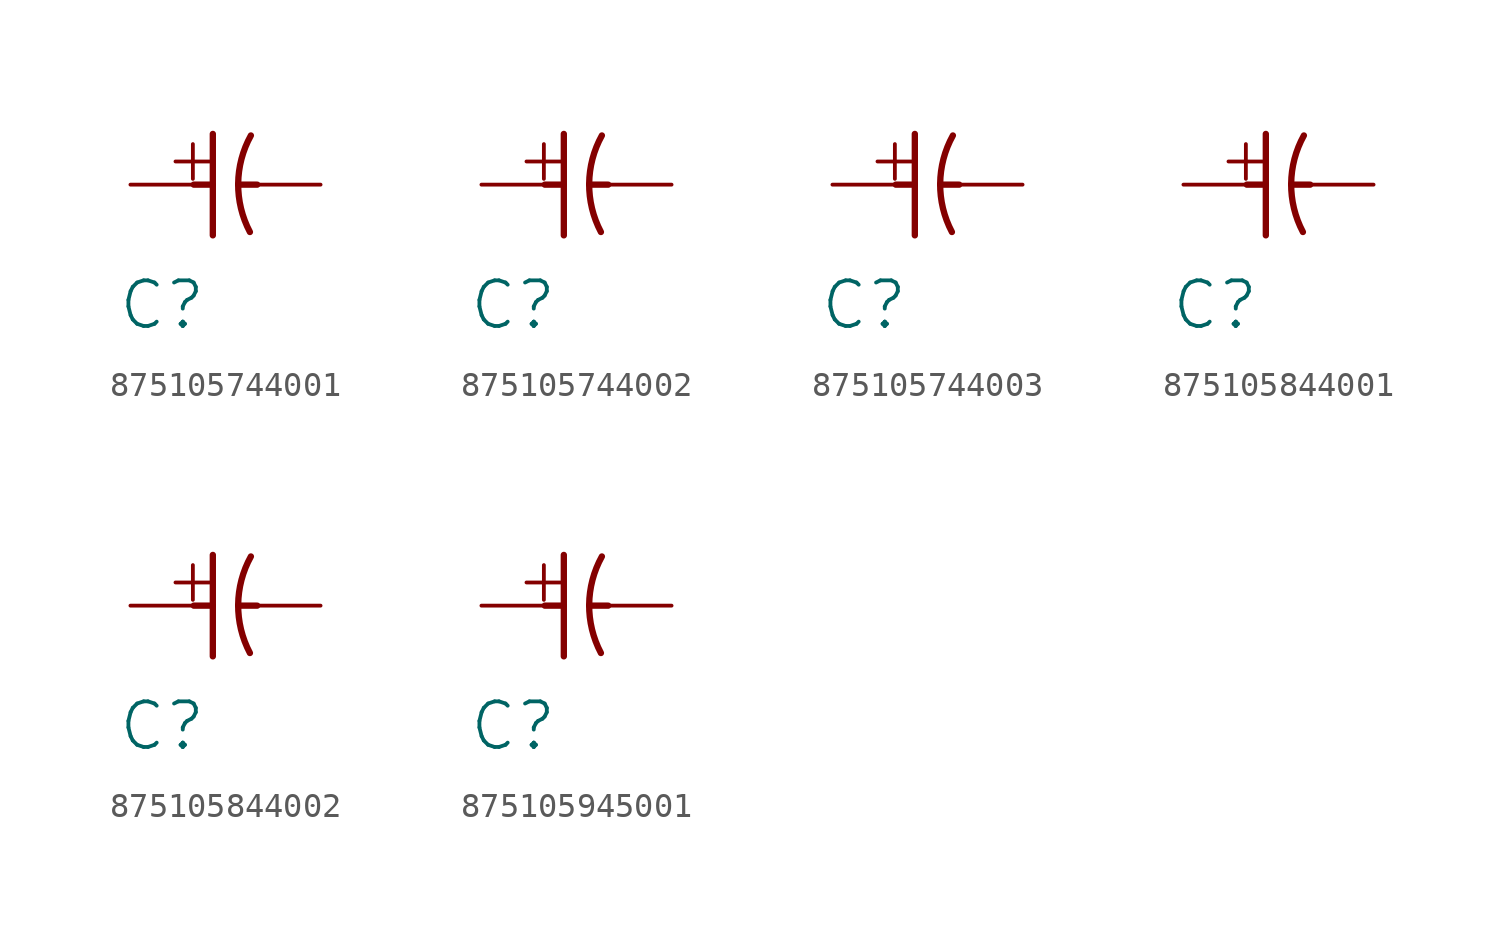
<source format=kicad_sym>
(kicad_symbol_lib
  (version 20231120)
  (generator "kicad_symbol_editor")
  (generator_version "8.0")
  (symbol "875105744001"
    (property "Reference" "C"
      (at 1.27 -4.826 0)
      (effects (font (size 1.829 1.829))))
    (symbol "875105744001_1_0"
      (polyline (pts (xy 2.54 0) (xy 3.302 0)) (stroke (width 0.254) (type solid)) (fill (type none)))
      (polyline (pts (xy 3.302 2.032) (xy 3.302 -2.032)) (stroke (width 0.254) (type solid)) (fill (type none)))
      (polyline (pts (xy 5.08 0) (xy 4.318 0)) (stroke (width 0.254) (type solid)) (fill (type none)))
      (arc (start 4.8275 1.9703) (mid 4.3182 0.0411) (end 4.7884 -1.898) (stroke (width 0.254) (type solid)) (fill (type none)))
      (text "+" (at 1.27 0 0) (effects (font (size 1.829 1.829)) (justify left bottom)))
      (pin passive line (at 0 0 0) (length 2.54) (name "P" (effects (font (size 0 0)))) (number "1" (effects (font (size 0 0)))))
      (pin passive line (at 7.62 0 180) (length 2.54) (name "N" (effects (font (size 0 0)))) (number "2" (effects (font (size 0 0)))))))
  (symbol "875105744002"
    (property "Reference" "C"
      (at 1.27 -4.826 0)
      (effects (font (size 1.829 1.829))))
    (symbol "875105744002_1_0"
      (polyline (pts (xy 2.54 0) (xy 3.302 0)) (stroke (width 0.254) (type solid)) (fill (type none)))
      (polyline (pts (xy 3.302 2.032) (xy 3.302 -2.032)) (stroke (width 0.254) (type solid)) (fill (type none)))
      (polyline (pts (xy 5.08 0) (xy 4.318 0)) (stroke (width 0.254) (type solid)) (fill (type none)))
      (arc (start 4.8275 1.9703) (mid 4.3182 0.0411) (end 4.7884 -1.898) (stroke (width 0.254) (type solid)) (fill (type none)))
      (text "+" (at 1.27 0 0) (effects (font (size 1.829 1.829)) (justify left bottom)))
      (pin passive line (at 0 0 0) (length 2.54) (name "P" (effects (font (size 0 0)))) (number "1" (effects (font (size 0 0)))))
      (pin passive line (at 7.62 0 180) (length 2.54) (name "N" (effects (font (size 0 0)))) (number "2" (effects (font (size 0 0)))))))
  (symbol "875105744003"
    (property "Reference" "C"
      (at 1.27 -4.826 0)
      (effects (font (size 1.829 1.829))))
    (symbol "875105744003_1_0"
      (polyline (pts (xy 2.54 0) (xy 3.302 0)) (stroke (width 0.254) (type solid)) (fill (type none)))
      (polyline (pts (xy 3.302 2.032) (xy 3.302 -2.032)) (stroke (width 0.254) (type solid)) (fill (type none)))
      (polyline (pts (xy 5.08 0) (xy 4.318 0)) (stroke (width 0.254) (type solid)) (fill (type none)))
      (arc (start 4.8275 1.9703) (mid 4.3182 0.0411) (end 4.7884 -1.898) (stroke (width 0.254) (type solid)) (fill (type none)))
      (text "+" (at 1.27 0 0) (effects (font (size 1.829 1.829)) (justify left bottom)))
      (pin passive line (at 0 0 0) (length 2.54) (name "P" (effects (font (size 0 0)))) (number "1" (effects (font (size 0 0)))))
      (pin passive line (at 7.62 0 180) (length 2.54) (name "N" (effects (font (size 0 0)))) (number "2" (effects (font (size 0 0)))))))
  (symbol "875105844001"
    (property "Reference" "C"
      (at 1.27 -4.826 0)
      (effects (font (size 1.829 1.829))))
    (symbol "875105844001_1_0"
      (polyline (pts (xy 2.54 0) (xy 3.302 0)) (stroke (width 0.254) (type solid)) (fill (type none)))
      (polyline (pts (xy 3.302 2.032) (xy 3.302 -2.032)) (stroke (width 0.254) (type solid)) (fill (type none)))
      (polyline (pts (xy 5.08 0) (xy 4.318 0)) (stroke (width 0.254) (type solid)) (fill (type none)))
      (arc (start 4.8275 1.9703) (mid 4.3182 0.0411) (end 4.7884 -1.898) (stroke (width 0.254) (type solid)) (fill (type none)))
      (text "+" (at 1.27 0 0) (effects (font (size 1.829 1.829)) (justify left bottom)))
      (pin passive line (at 0 0 0) (length 2.54) (name "P" (effects (font (size 0 0)))) (number "1" (effects (font (size 0 0)))))
      (pin passive line (at 7.62 0 180) (length 2.54) (name "N" (effects (font (size 0 0)))) (number "2" (effects (font (size 0 0)))))))
  (symbol "875105844002"
    (property "Reference" "C"
      (at 1.27 -4.826 0)
      (effects (font (size 1.829 1.829))))
    (symbol "875105844002_1_0"
      (polyline (pts (xy 2.54 0) (xy 3.302 0)) (stroke (width 0.254) (type solid)) (fill (type none)))
      (polyline (pts (xy 3.302 2.032) (xy 3.302 -2.032)) (stroke (width 0.254) (type solid)) (fill (type none)))
      (polyline (pts (xy 5.08 0) (xy 4.318 0)) (stroke (width 0.254) (type solid)) (fill (type none)))
      (arc (start 4.8275 1.9703) (mid 4.3182 0.0411) (end 4.7884 -1.898) (stroke (width 0.254) (type solid)) (fill (type none)))
      (text "+" (at 1.27 0 0) (effects (font (size 1.829 1.829)) (justify left bottom)))
      (pin passive line (at 0 0 0) (length 2.54) (name "P" (effects (font (size 0 0)))) (number "1" (effects (font (size 0 0)))))
      (pin passive line (at 7.62 0 180) (length 2.54) (name "N" (effects (font (size 0 0)))) (number "2" (effects (font (size 0 0)))))))
  (symbol "875105945001"
    (property "Reference" "C"
      (at 1.27 -4.826 0)
      (effects (font (size 1.829 1.829))))
    (symbol "875105945001_1_0"
      (polyline (pts (xy 2.54 0) (xy 3.302 0)) (stroke (width 0.254) (type solid)) (fill (type none)))
      (polyline (pts (xy 3.302 2.032) (xy 3.302 -2.032)) (stroke (width 0.254) (type solid)) (fill (type none)))
      (polyline (pts (xy 5.08 0) (xy 4.318 0)) (stroke (width 0.254) (type solid)) (fill (type none)))
      (arc (start 4.8275 1.9703) (mid 4.3182 0.0411) (end 4.7884 -1.898) (stroke (width 0.254) (type solid)) (fill (type none)))
      (text "+" (at 1.27 0 0) (effects (font (size 1.829 1.829)) (justify left bottom)))
      (pin passive line (at 0 0 0) (length 2.54) (name "P" (effects (font (size 0 0)))) (number "1" (effects (font (size 0 0)))))
      (pin passive line (at 7.62 0 180) (length 2.54) (name "N" (effects (font (size 0 0)))) (number "2" (effects (font (size 0 0))))))))
</source>
